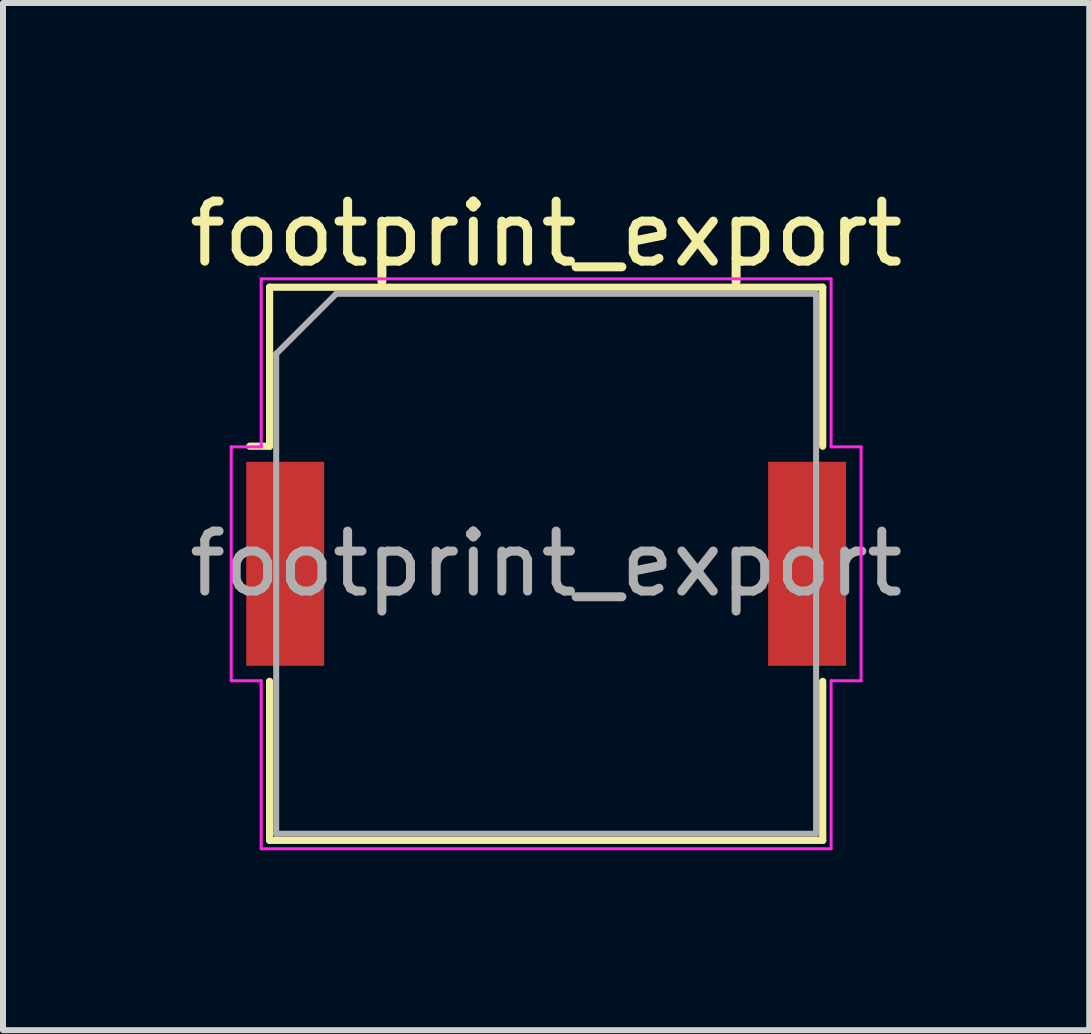
<source format=kicad_pcb>
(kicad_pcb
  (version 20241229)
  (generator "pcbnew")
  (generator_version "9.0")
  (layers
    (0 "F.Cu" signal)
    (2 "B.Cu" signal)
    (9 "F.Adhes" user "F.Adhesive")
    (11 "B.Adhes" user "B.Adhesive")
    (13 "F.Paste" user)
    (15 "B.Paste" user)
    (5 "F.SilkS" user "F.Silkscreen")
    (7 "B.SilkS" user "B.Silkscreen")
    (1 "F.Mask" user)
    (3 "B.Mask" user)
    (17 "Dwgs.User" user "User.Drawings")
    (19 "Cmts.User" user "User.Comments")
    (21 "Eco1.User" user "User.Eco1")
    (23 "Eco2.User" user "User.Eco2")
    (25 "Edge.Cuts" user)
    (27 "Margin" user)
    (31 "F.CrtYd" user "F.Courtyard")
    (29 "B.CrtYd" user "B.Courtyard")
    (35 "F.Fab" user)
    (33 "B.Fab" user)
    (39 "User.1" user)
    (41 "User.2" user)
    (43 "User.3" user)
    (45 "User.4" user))
  (footprint "footprint_export"
    (layer "F.Cu")
    (at 6.054 6.348)
    (property "Reference" "footprint_export" (at 0 -5.5 0) (layer "F.SilkS") (effects (font (size 1 1) (thickness 0.15))))
    (attr smd)
    (fp_line (start -4.61 -4.61) (end 4.61 -4.61) (stroke (width 0.12) (type solid)) (layer "F.SilkS"))
    (fp_line (start -4.61 -1.96) (end -4.94 -1.96) (stroke (width 0.12) (type solid)) (layer "F.SilkS"))
    (fp_line (start -4.61 -1.96) (end -4.61 -4.61) (stroke (width 0.12) (type solid)) (layer "F.SilkS"))
    (fp_line (start -4.61 4.61) (end -4.61 1.96) (stroke (width 0.12) (type solid)) (layer "F.SilkS"))
    (fp_line (start 4.61 -4.61) (end 4.61 -1.96) (stroke (width 0.12) (type solid)) (layer "F.SilkS"))
    (fp_line (start 4.61 1.96) (end 4.61 4.61) (stroke (width 0.12) (type solid)) (layer "F.SilkS"))
    (fp_line (start 4.61 4.61) (end -4.61 4.61) (stroke (width 0.12) (type solid)) (layer "F.SilkS"))
    (fp_line (start -5.25 1.95) (end -5.25 -1.95) (stroke (width 0.05) (type solid)) (layer "F.CrtYd"))
    (fp_line (start -4.75 -4.75) (end 4.75 -4.75) (stroke (width 0.05) (type solid)) (layer "F.CrtYd"))
    (fp_line (start -4.75 -1.95) (end -5.25 -1.95) (stroke (width 0.05) (type solid)) (layer "F.CrtYd"))
    (fp_line (start -4.75 -1.95) (end -4.75 -4.75) (stroke (width 0.05) (type solid)) (layer "F.CrtYd"))
    (fp_line (start -4.75 1.95) (end -5.25 1.95) (stroke (width 0.05) (type solid)) (layer "F.CrtYd"))
    (fp_line (start -4.75 4.75) (end -4.75 1.95) (stroke (width 0.05) (type solid)) (layer "F.CrtYd"))
    (fp_line (start 4.75 -1.95) (end 4.75 -4.75) (stroke (width 0.05) (type solid)) (layer "F.CrtYd"))
    (fp_line (start 4.75 -1.95) (end 5.25 -1.95) (stroke (width 0.05) (type solid)) (layer "F.CrtYd"))
    (fp_line (start 4.75 1.95) (end 5.25 1.95) (stroke (width 0.05) (type solid)) (layer "F.CrtYd"))
    (fp_line (start 4.75 4.75) (end -4.75 4.75) (stroke (width 0.05) (type solid)) (layer "F.CrtYd"))
    (fp_line (start 4.75 4.75) (end 4.75 1.95) (stroke (width 0.05) (type solid)) (layer "F.CrtYd"))
    (fp_line (start 5.25 1.95) (end 5.25 -1.95) (stroke (width 0.05) (type solid)) (layer "F.CrtYd"))
    (fp_line (start -4.5 -3.5) (end -3.5 -4.5) (stroke (width 0.1) (type solid)) (layer "F.Fab"))
    (fp_line (start -4.5 4.5) (end -4.5 -3.5) (stroke (width 0.1) (type solid)) (layer "F.Fab"))
    (fp_line (start -3.5 -4.5) (end 4.5 -4.5) (stroke (width 0.1) (type solid)) (layer "F.Fab"))
    (fp_line (start 4.5 -4.5) (end 4.5 4.5) (stroke (width 0.1) (type solid)) (layer "F.Fab"))
    (fp_line (start 4.5 4.5) (end -4.5 4.5) (stroke (width 0.1) (type solid)) (layer "F.Fab"))
    (fp_text user "${REFERENCE}" (at 0 0 0) (layer "F.Fab") (effects (font (size 1 1) (thickness 0.15))))
    (pad "1" smd rect (at -4.35 0) (size 1.3 3.4) (layers "F.Cu" "F.Mask" "F.Paste"))
    (pad "2" smd rect (at 4.35 0) (size 1.3 3.4) (layers "F.Cu" "F.Mask" "F.Paste")))
  (gr_rect
    (start -3 -3)
    (end 15.107 14.123)
    (stroke (width 0.1) (type default))
    (fill no)
    (layer "Edge.Cuts")))
</source>
